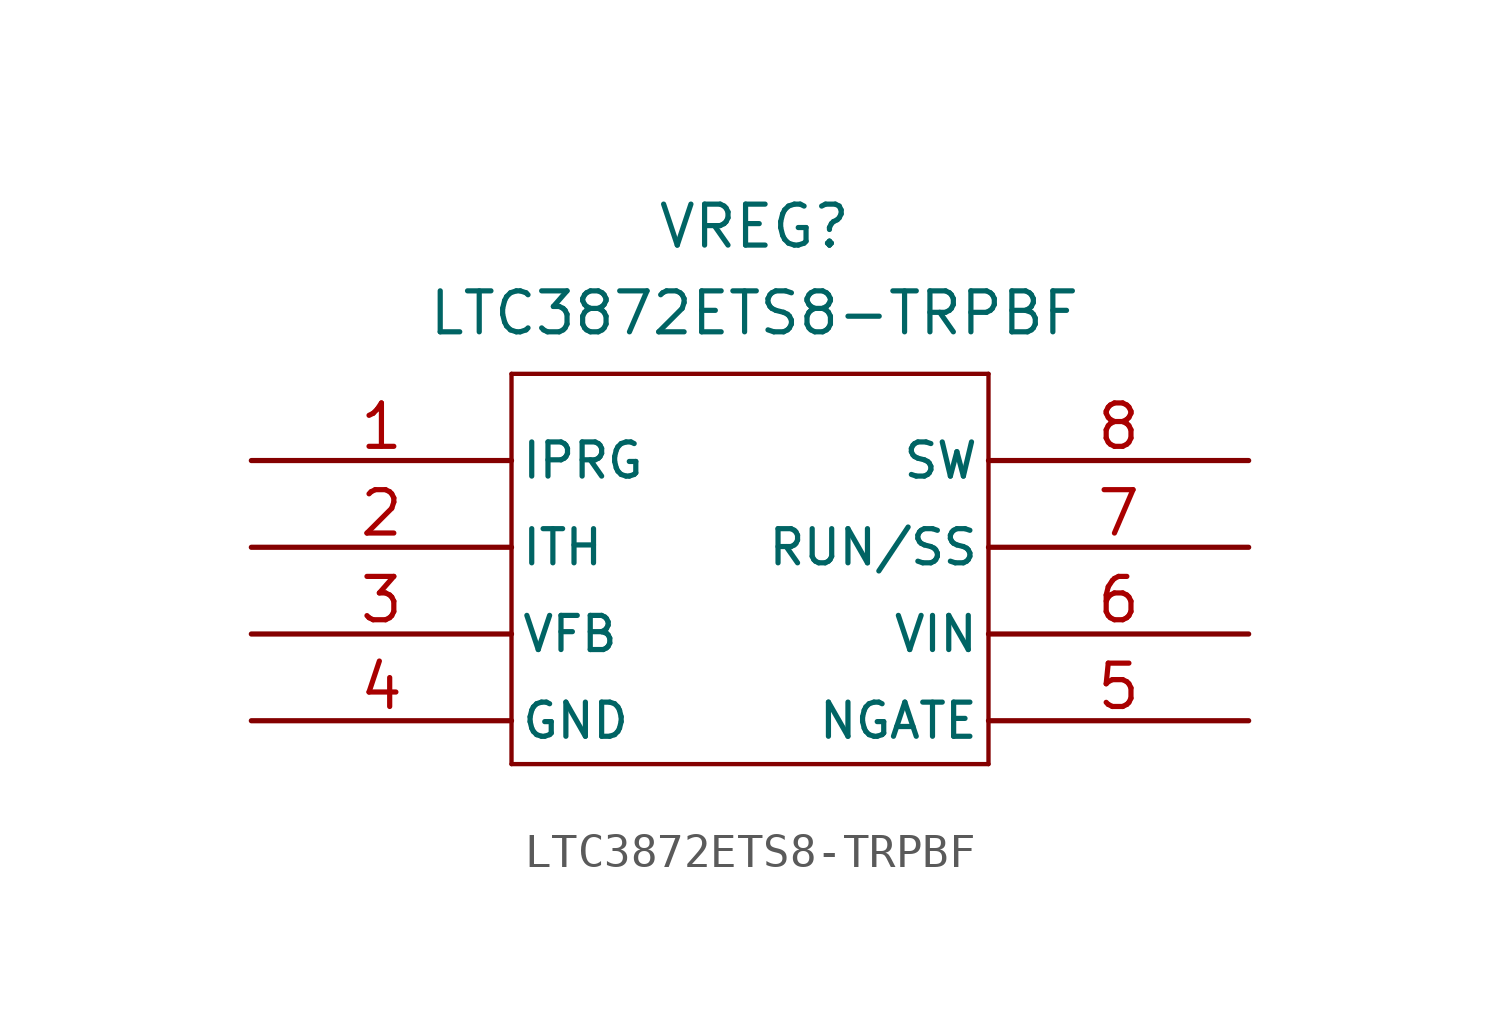
<source format=kicad_sym>
(kicad_symbol_lib
  (version 20231120)
  (generator "kicad_symbol_editor")
  (generator_version "8.0")
  (symbol "LTC3872ETS8-TRPBF"
    (pin_names
      (offset 0.254))
    (property "Reference" "VREG"
      (at 0.762 9.398 0)
      (effects (font (size 1.2 1.2))))
    (property "Value" "LTC3872ETS8-TRPBF"
      (at 0.762 6.858 0)
      (effects (font (size 1.2 1.2))))
    (property "ki_locked" ""
      (at 0 0 0)
      (effects (font (size 1.27 1.27))))
    (symbol "LTC3872ETS8-TRPBF_0_1"
      (polyline (pts (xy -6.35 -6.35) (xy 7.62 -6.35)) (stroke (width 0.127) (type default)) (fill (type none)))
      (polyline (pts (xy -6.35 5.08) (xy -6.35 -6.35)) (stroke (width 0.127) (type default)) (fill (type none)))
      (polyline (pts (xy 7.62 -6.35) (xy 7.62 5.08)) (stroke (width 0.127) (type default)) (fill (type none)))
      (polyline (pts (xy 7.62 5.08) (xy -6.35 5.08)) (stroke (width 0.127) (type default)) (fill (type none)))
      (pin unspecified line (at -13.97 2.54 0) (length 7.62) (name "IPRG" (effects (font (size 1 1)))) (number "1" (effects (font (size 1.27 1.27)))))
      (pin unspecified line (at -13.97 0 0) (length 7.62) (name "ITH" (effects (font (size 1 1)))) (number "2" (effects (font (size 1.27 1.27)))))
      (pin output line (at -13.97 -2.54 0) (length 7.62) (name "VFB" (effects (font (size 1 1)))) (number "3" (effects (font (size 1.27 1.27)))))
      (pin power_in line (at -13.97 -5.08 0) (length 7.62) (name "GND" (effects (font (size 1 1)))) (number "4" (effects (font (size 1.27 1.27)))))
      (pin unspecified line (at 15.24 -5.08 180) (length 7.62) (name "NGATE" (effects (font (size 1 1)))) (number "5" (effects (font (size 1.27 1.27)))))
      (pin input line (at 15.24 -2.54 180) (length 7.62) (name "VIN" (effects (font (size 1 1)))) (number "6" (effects (font (size 1.27 1.27)))))
      (pin unspecified line (at 15.24 0 180) (length 7.62) (name "RUN/SS" (effects (font (size 1 1)))) (number "7" (effects (font (size 1.27 1.27)))))
      (pin input line (at 15.24 2.54 180) (length 7.62) (name "SW" (effects (font (size 1 1)))) (number "8" (effects (font (size 1.27 1.27))))))))
</source>
